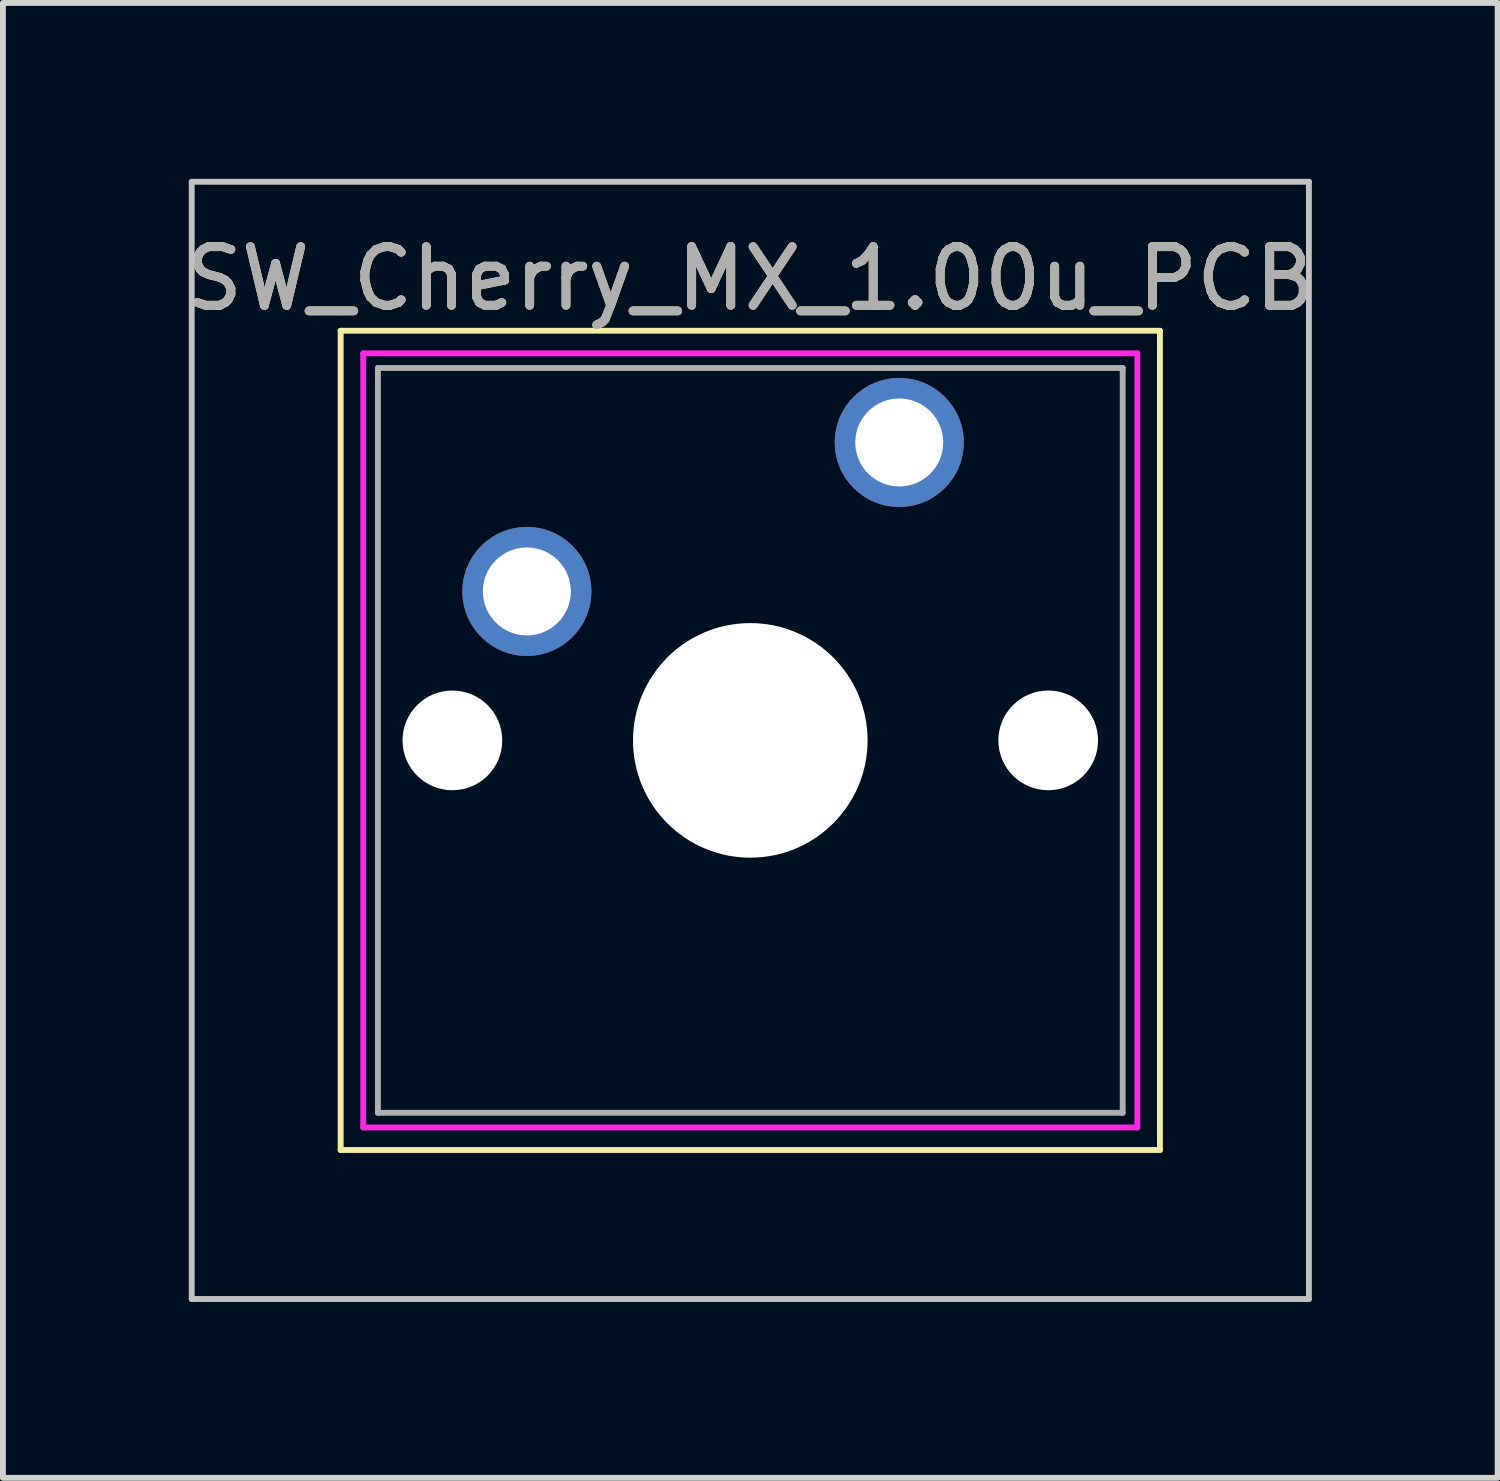
<source format=kicad_pcb>
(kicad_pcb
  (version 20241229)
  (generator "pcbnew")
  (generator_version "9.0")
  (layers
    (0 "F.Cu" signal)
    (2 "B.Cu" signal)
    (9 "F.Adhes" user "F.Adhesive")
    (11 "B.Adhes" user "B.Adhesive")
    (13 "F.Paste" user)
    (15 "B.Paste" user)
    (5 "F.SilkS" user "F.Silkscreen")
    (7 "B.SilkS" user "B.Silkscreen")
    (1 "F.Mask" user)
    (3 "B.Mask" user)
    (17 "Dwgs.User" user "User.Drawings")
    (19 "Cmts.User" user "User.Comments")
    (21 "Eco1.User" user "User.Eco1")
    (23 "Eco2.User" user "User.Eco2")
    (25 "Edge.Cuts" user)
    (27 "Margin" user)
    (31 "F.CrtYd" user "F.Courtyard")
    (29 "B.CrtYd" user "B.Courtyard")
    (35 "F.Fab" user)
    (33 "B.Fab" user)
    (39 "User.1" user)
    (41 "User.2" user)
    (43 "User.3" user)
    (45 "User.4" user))
  (footprint "SW_Cherry_MX_1.00u_PCB"
    (layer "F.Cu")
    (at 12.284 4.495)
    (property "Reference" "SW_Cherry_MX_1.00u_PCB" (at -2.54 -2.794 0) (unlocked yes) (layer "F.SilkS") (effects (font (size 1 1) (thickness 0.15))))
    (attr through_hole)
    (fp_line (start -9.525 -1.905) (end 4.445 -1.905) (stroke (width 0.1) (type solid)) (layer "F.SilkS"))
    (fp_line (start -9.525 12.065) (end -9.525 -1.905) (stroke (width 0.1) (type solid)) (layer "F.SilkS"))
    (fp_line (start 4.445 -1.905) (end 4.445 12.065) (stroke (width 0.1) (type solid)) (layer "F.SilkS"))
    (fp_line (start 4.445 12.065) (end -9.525 12.065) (stroke (width 0.1) (type solid)) (layer "F.SilkS"))
    (fp_line (start -12.065 -4.445) (end 6.985 -4.445) (stroke (width 0.1) (type solid)) (layer "Dwgs.User"))
    (fp_line (start -12.065 14.605) (end -12.065 -4.445) (stroke (width 0.1) (type solid)) (layer "Dwgs.User"))
    (fp_line (start 6.985 -4.445) (end 6.985 14.605) (stroke (width 0.1) (type solid)) (layer "Dwgs.User"))
    (fp_line (start 6.985 14.605) (end -12.065 14.605) (stroke (width 0.1) (type solid)) (layer "Dwgs.User"))
    (fp_line (start -9.14 -1.52) (end 4.06 -1.52) (stroke (width 0.1) (type solid)) (layer "F.CrtYd"))
    (fp_line (start -9.14 11.68) (end -9.14 -1.52) (stroke (width 0.1) (type solid)) (layer "F.CrtYd"))
    (fp_line (start 4.06 -1.52) (end 4.06 11.68) (stroke (width 0.1) (type solid)) (layer "F.CrtYd"))
    (fp_line (start 4.06 11.68) (end -9.14 11.68) (stroke (width 0.1) (type solid)) (layer "F.CrtYd"))
    (fp_line (start -8.89 -1.27) (end 3.81 -1.27) (stroke (width 0.1) (type solid)) (layer "F.Fab"))
    (fp_line (start -8.89 11.43) (end -8.89 -1.27) (stroke (width 0.1) (type solid)) (layer "F.Fab"))
    (fp_line (start 3.81 -1.27) (end 3.81 11.43) (stroke (width 0.1) (type solid)) (layer "F.Fab"))
    (fp_line (start 3.81 11.43) (end -8.89 11.43) (stroke (width 0.1) (type solid)) (layer "F.Fab"))
    (fp_text user "${REFERENCE}" (at -2.54 -2.794 0) (layer "F.Fab") (effects (font (size 1 1) (thickness 0.15))))
    (pad "" np_thru_hole circle (at -7.62 5.08) (size 1.7 1.7) (drill 1.7) (layers "*.Cu" "*.Mask"))
    (pad "" np_thru_hole circle (at -2.54 5.08) (size 4 4) (drill 4) (layers "*.Cu" "*.Mask"))
    (pad "" np_thru_hole circle (at 2.54 5.08) (size 1.7 1.7) (drill 1.7) (layers "*.Cu" "*.Mask"))
    (pad "1" thru_hole circle (at 0 0) (size 2.2 2.2) (drill 1.5) (layers "*.Cu" "*.Mask"))
    (pad "2" thru_hole circle (at -6.35 2.54) (size 2.2 2.2) (drill 1.5) (layers "*.Cu" "*.Mask")))
  (gr_rect
    (start -3 -3)
    (end 22.488 22.15)
    (stroke (width 0.1) (type default))
    (fill no)
    (layer "Edge.Cuts")))
</source>
